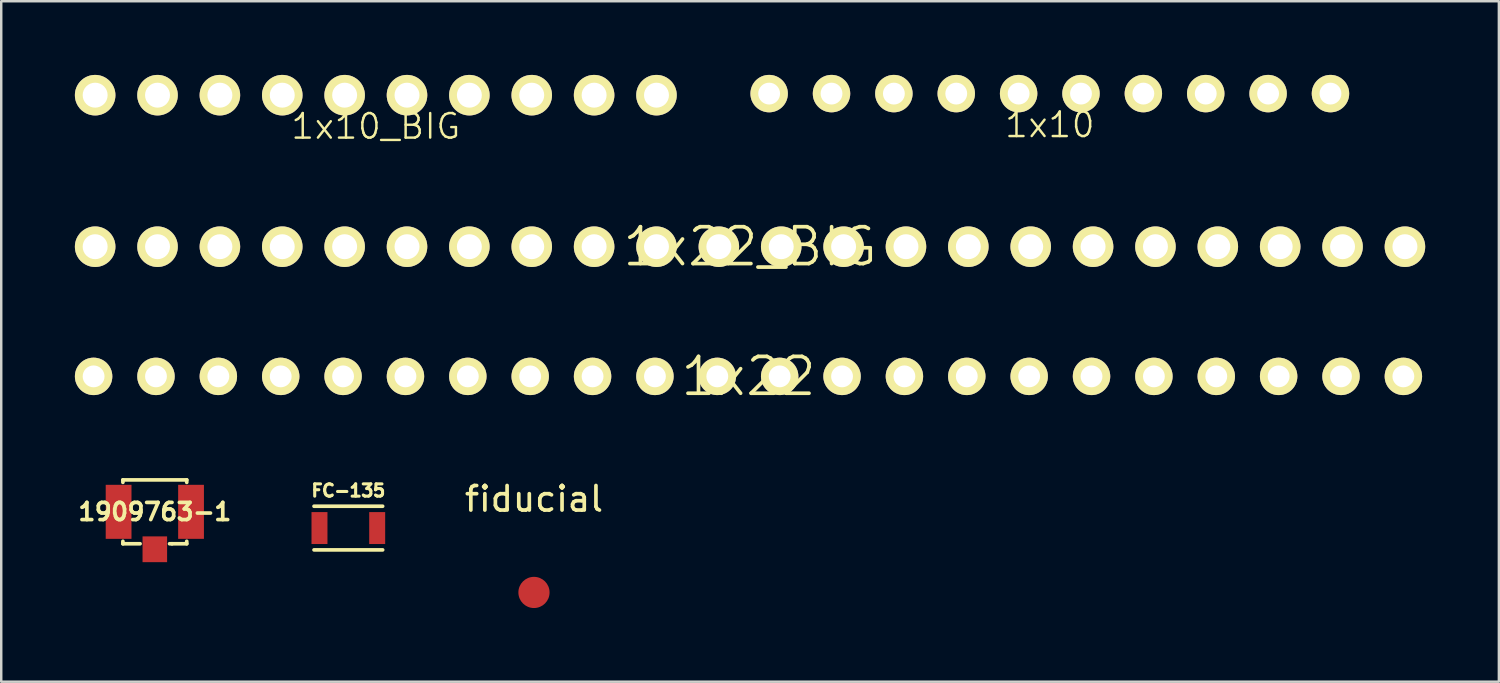
<source format=kicad_pcb>
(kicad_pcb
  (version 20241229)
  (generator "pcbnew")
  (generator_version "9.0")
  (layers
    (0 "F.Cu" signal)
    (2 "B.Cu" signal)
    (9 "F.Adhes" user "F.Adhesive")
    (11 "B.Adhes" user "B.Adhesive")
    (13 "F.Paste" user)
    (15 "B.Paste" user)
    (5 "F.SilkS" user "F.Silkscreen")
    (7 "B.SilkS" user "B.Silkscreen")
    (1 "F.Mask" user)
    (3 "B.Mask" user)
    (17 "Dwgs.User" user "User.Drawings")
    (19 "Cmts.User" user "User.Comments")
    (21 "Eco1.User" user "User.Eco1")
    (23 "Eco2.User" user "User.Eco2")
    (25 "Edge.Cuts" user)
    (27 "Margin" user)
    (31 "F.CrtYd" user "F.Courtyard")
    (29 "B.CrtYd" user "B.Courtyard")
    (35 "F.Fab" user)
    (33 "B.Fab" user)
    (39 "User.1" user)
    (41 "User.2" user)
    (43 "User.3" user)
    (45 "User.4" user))
  (footprint "fiducial"
    (layer "F.Cu")
    (at 18.696 21.077)
    (property "Reference" "fiducial" (at 0 -3.81 0) (layer "F.SilkS") (effects (font (size 1 1) (thickness 0.15))))
    (attr through_hole)
    (pad "1" smd circle (at 0 0) (size 1.27 1.27) (layers "F.Cu" "F.Mask" "F.Paste")))
  (footprint "1x10_BIG"
    (layer "F.Cu")
    (at 12.255 0.826)
    (property "Reference" "1x10_BIG" (at 0 1.27 0) (layer "F.SilkS") (effects (font (size 1 1) (thickness 0.1))))
    (attr through_hole)
    (pad "1" thru_hole circle (at -11.43 0) (size 1.651 1.651) (drill 1.016) (layers "*.Cu" "*.Mask" "F.SilkS"))
    (pad "2" thru_hole circle (at -8.89 0) (size 1.651 1.651) (drill 1.016) (layers "*.Cu" "*.Mask" "F.SilkS"))
    (pad "3" thru_hole circle (at -6.35 0) (size 1.651 1.651) (drill 1.016) (layers "*.Cu" "*.Mask" "F.SilkS"))
    (pad "4" thru_hole circle (at -3.81 0) (size 1.651 1.651) (drill 1.016) (layers "*.Cu" "*.Mask" "F.SilkS"))
    (pad "5" thru_hole circle (at -1.27 0) (size 1.651 1.651) (drill 1.016) (layers "*.Cu" "*.Mask" "F.SilkS"))
    (pad "6" thru_hole circle (at 1.27 0) (size 1.651 1.651) (drill 1.016) (layers "*.Cu" "*.Mask" "F.SilkS"))
    (pad "7" thru_hole circle (at 3.81 0) (size 1.651 1.651) (drill 1.016) (layers "*.Cu" "*.Mask" "F.SilkS"))
    (pad "8" thru_hole circle (at 6.35 0) (size 1.651 1.651) (drill 1.016) (layers "*.Cu" "*.Mask" "F.SilkS"))
    (pad "9" thru_hole circle (at 8.89 0) (size 1.651 1.651) (drill 1.016) (layers "*.Cu" "*.Mask" "F.SilkS"))
    (pad "10" thru_hole circle (at 11.43 0) (size 1.651 1.651) (drill 1.016) (layers "*.Cu" "*.Mask" "F.SilkS")))
  (footprint "FC-135"
    (layer "F.Cu")
    (at 11.136 18.455)
    (property "Reference" "FC-135" (at 0 -1.524 0) (layer "F.SilkS") (effects (font (size 0.5 0.5) (thickness 0.125))))
    (attr through_hole)
    (fp_line (start -1.397 -0.889) (end 1.397 -0.889) (stroke (width 0.15) (type solid)) (layer "F.SilkS"))
    (fp_line (start -1.397 0.889) (end 1.397 0.889) (stroke (width 0.15) (type solid)) (layer "F.SilkS"))
    (pad "1" smd rect (at 1.175 0) (size 0.65 1.3) (layers "F.Cu" "F.Mask" "F.Paste"))
    (pad "2" smd rect (at -1.175 0) (size 0.65 1.3) (layers "F.Cu" "F.Mask" "F.Paste")))
  (footprint "1x22_BIG"
    (layer "F.Cu")
    (at 27.495 6.997)
    (property "Reference" "1x22_BIG" (at 0 0 0) (layer "F.SilkS") (effects (font (size 1.5 1.5) (thickness 0.15))))
    (attr through_hole)
    (pad "1" thru_hole circle (at -26.67 0) (size 1.651 1.651) (drill 1.016) (layers "*.Cu" "*.Mask" "F.SilkS"))
    (pad "2" thru_hole circle (at -24.13 0) (size 1.651 1.651) (drill 1.016) (layers "*.Cu" "*.Mask" "F.SilkS"))
    (pad "3" thru_hole circle (at -21.59 0) (size 1.651 1.651) (drill 1.016) (layers "*.Cu" "*.Mask" "F.SilkS"))
    (pad "4" thru_hole circle (at -19.05 0) (size 1.651 1.651) (drill 1.016) (layers "*.Cu" "*.Mask" "F.SilkS"))
    (pad "5" thru_hole circle (at -16.51 0) (size 1.651 1.651) (drill 1.016) (layers "*.Cu" "*.Mask" "F.SilkS"))
    (pad "6" thru_hole circle (at -13.97 0) (size 1.651 1.651) (drill 1.016) (layers "*.Cu" "*.Mask" "F.SilkS"))
    (pad "7" thru_hole circle (at -11.43 0) (size 1.651 1.651) (drill 1.016) (layers "*.Cu" "*.Mask" "F.SilkS"))
    (pad "8" thru_hole circle (at -8.89 0) (size 1.651 1.651) (drill 1.016) (layers "*.Cu" "*.Mask" "F.SilkS"))
    (pad "9" thru_hole circle (at -6.35 0) (size 1.651 1.651) (drill 1.016) (layers "*.Cu" "*.Mask" "F.SilkS"))
    (pad "10" thru_hole circle (at -3.81 0) (size 1.651 1.651) (drill 1.016) (layers "*.Cu" "*.Mask" "F.SilkS"))
    (pad "11" thru_hole circle (at -1.27 0) (size 1.651 1.651) (drill 1.016) (layers "*.Cu" "*.Mask" "F.SilkS"))
    (pad "12" thru_hole circle (at 1.27 0) (size 1.651 1.651) (drill 1.016) (layers "*.Cu" "*.Mask" "F.SilkS"))
    (pad "13" thru_hole circle (at 3.81 0) (size 1.651 1.651) (drill 1.016) (layers "*.Cu" "*.Mask" "F.SilkS"))
    (pad "14" thru_hole circle (at 6.35 0) (size 1.651 1.651) (drill 1.016) (layers "*.Cu" "*.Mask" "F.SilkS"))
    (pad "15" thru_hole circle (at 8.89 0) (size 1.651 1.651) (drill 1.016) (layers "*.Cu" "*.Mask" "F.SilkS"))
    (pad "16" thru_hole circle (at 11.43 0) (size 1.651 1.651) (drill 1.016) (layers "*.Cu" "*.Mask" "F.SilkS"))
    (pad "17" thru_hole circle (at 13.97 0) (size 1.651 1.651) (drill 1.016) (layers "*.Cu" "*.Mask" "F.SilkS"))
    (pad "18" thru_hole circle (at 16.51 0) (size 1.651 1.651) (drill 1.016) (layers "*.Cu" "*.Mask" "F.SilkS"))
    (pad "19" thru_hole circle (at 19.05 0) (size 1.651 1.651) (drill 1.016) (layers "*.Cu" "*.Mask" "F.SilkS"))
    (pad "20" thru_hole circle (at 21.59 0) (size 1.651 1.651) (drill 1.016) (layers "*.Cu" "*.Mask" "F.SilkS"))
    (pad "21" thru_hole circle (at 24.13 0) (size 1.651 1.651) (drill 1.016) (layers "*.Cu" "*.Mask" "F.SilkS"))
    (pad "22" thru_hole circle (at 26.67 0) (size 1.651 1.651) (drill 1.016) (layers "*.Cu" "*.Mask" "F.SilkS")))
  (footprint "1x10"
    (layer "F.Cu")
    (at 39.703 0.762)
    (property "Reference" "1x10" (at 0 1.27 0) (layer "F.SilkS") (effects (font (size 1 1) (thickness 0.1))))
    (attr through_hole)
    (pad "1" thru_hole circle (at -11.43 0) (size 1.524 1.524) (drill 0.889) (layers "*.Cu" "*.Mask" "F.SilkS"))
    (pad "2" thru_hole circle (at -8.89 0) (size 1.524 1.524) (drill 0.889) (layers "*.Cu" "*.Mask" "F.SilkS"))
    (pad "3" thru_hole circle (at -6.35 0) (size 1.524 1.524) (drill 0.889) (layers "*.Cu" "*.Mask" "F.SilkS"))
    (pad "4" thru_hole circle (at -3.81 0) (size 1.524 1.524) (drill 0.889) (layers "*.Cu" "*.Mask" "F.SilkS"))
    (pad "5" thru_hole circle (at -1.27 0) (size 1.524 1.524) (drill 0.889) (layers "*.Cu" "*.Mask" "F.SilkS"))
    (pad "6" thru_hole circle (at 1.27 0) (size 1.524 1.524) (drill 0.889) (layers "*.Cu" "*.Mask" "F.SilkS"))
    (pad "7" thru_hole circle (at 3.81 0) (size 1.524 1.524) (drill 0.889) (layers "*.Cu" "*.Mask" "F.SilkS"))
    (pad "8" thru_hole circle (at 6.35 0) (size 1.524 1.524) (drill 0.889) (layers "*.Cu" "*.Mask" "F.SilkS"))
    (pad "9" thru_hole circle (at 8.89 0) (size 1.524 1.524) (drill 0.889) (layers "*.Cu" "*.Mask" "F.SilkS"))
    (pad "10" thru_hole circle (at 11.43 0) (size 1.524 1.524) (drill 0.889) (layers "*.Cu" "*.Mask" "F.SilkS")))
  (footprint "1x22"
    (layer "F.Cu")
    (at 27.432 12.278)
    (property "Reference" "1x22" (at 0 0 0) (layer "F.SilkS") (effects (font (size 1.5 1.5) (thickness 0.15))))
    (attr through_hole)
    (pad "1" thru_hole circle (at -26.67 0) (size 1.524 1.524) (drill 0.889) (layers "*.Cu" "*.Mask" "F.SilkS"))
    (pad "2" thru_hole circle (at -24.13 0) (size 1.524 1.524) (drill 0.889) (layers "*.Cu" "*.Mask" "F.SilkS"))
    (pad "3" thru_hole circle (at -21.59 0) (size 1.524 1.524) (drill 0.889) (layers "*.Cu" "*.Mask" "F.SilkS"))
    (pad "4" thru_hole circle (at -19.05 0) (size 1.524 1.524) (drill 0.889) (layers "*.Cu" "*.Mask" "F.SilkS"))
    (pad "5" thru_hole circle (at -16.51 0) (size 1.524 1.524) (drill 0.889) (layers "*.Cu" "*.Mask" "F.SilkS"))
    (pad "6" thru_hole circle (at -13.97 0) (size 1.524 1.524) (drill 0.889) (layers "*.Cu" "*.Mask" "F.SilkS"))
    (pad "7" thru_hole circle (at -11.43 0) (size 1.524 1.524) (drill 0.889) (layers "*.Cu" "*.Mask" "F.SilkS"))
    (pad "8" thru_hole circle (at -8.89 0) (size 1.524 1.524) (drill 0.889) (layers "*.Cu" "*.Mask" "F.SilkS"))
    (pad "9" thru_hole circle (at -6.35 0) (size 1.524 1.524) (drill 0.889) (layers "*.Cu" "*.Mask" "F.SilkS"))
    (pad "10" thru_hole circle (at -3.81 0) (size 1.524 1.524) (drill 0.889) (layers "*.Cu" "*.Mask" "F.SilkS"))
    (pad "11" thru_hole circle (at -1.27 0) (size 1.524 1.524) (drill 0.889) (layers "*.Cu" "*.Mask" "F.SilkS"))
    (pad "12" thru_hole circle (at 1.27 0) (size 1.524 1.524) (drill 0.889) (layers "*.Cu" "*.Mask" "F.SilkS"))
    (pad "13" thru_hole circle (at 3.81 0) (size 1.524 1.524) (drill 0.889) (layers "*.Cu" "*.Mask" "F.SilkS"))
    (pad "14" thru_hole circle (at 6.35 0) (size 1.524 1.524) (drill 0.889) (layers "*.Cu" "*.Mask" "F.SilkS"))
    (pad "15" thru_hole circle (at 8.89 0) (size 1.524 1.524) (drill 0.889) (layers "*.Cu" "*.Mask" "F.SilkS"))
    (pad "16" thru_hole circle (at 11.43 0) (size 1.524 1.524) (drill 0.889) (layers "*.Cu" "*.Mask" "F.SilkS"))
    (pad "17" thru_hole circle (at 13.97 0) (size 1.524 1.524) (drill 0.889) (layers "*.Cu" "*.Mask" "F.SilkS"))
    (pad "18" thru_hole circle (at 16.51 0) (size 1.524 1.524) (drill 0.889) (layers "*.Cu" "*.Mask" "F.SilkS"))
    (pad "19" thru_hole circle (at 19.05 0) (size 1.524 1.524) (drill 0.889) (layers "*.Cu" "*.Mask" "F.SilkS"))
    (pad "20" thru_hole circle (at 21.59 0) (size 1.524 1.524) (drill 0.889) (layers "*.Cu" "*.Mask" "F.SilkS"))
    (pad "21" thru_hole circle (at 24.13 0) (size 1.524 1.524) (drill 0.889) (layers "*.Cu" "*.Mask" "F.SilkS"))
    (pad "22" thru_hole circle (at 26.67 0) (size 1.524 1.524) (drill 0.889) (layers "*.Cu" "*.Mask" "F.SilkS")))
  (footprint "1909763-1"
    (layer "F.Cu")
    (at 3.255 17.794)
    (property "Reference" "1909763-1" (at 0 0 0) (layer "F.SilkS") (effects (font (size 0.7 0.7) (thickness 0.15))))
    (attr through_hole)
    (fp_line (start -1.3 -1.2) (end -1.3 -1.3) (stroke (width 0.15) (type solid)) (layer "F.SilkS"))
    (fp_line (start -1.3 1.3) (end -1.3 1.2) (stroke (width 0.15) (type solid)) (layer "F.SilkS"))
    (fp_line (start -0.6 1.3) (end -1.3 1.3) (stroke (width 0.15) (type solid)) (layer "F.SilkS"))
    (fp_line (start 0.6 1.3) (end 0.7 1.3) (stroke (width 0.15) (type solid)) (layer "F.SilkS"))
    (fp_line (start 1.3 -1.3) (end -1.3 -1.3) (stroke (width 0.15) (type solid)) (layer "F.SilkS"))
    (fp_line (start 1.3 -1.2) (end 1.3 -1.3) (stroke (width 0.15) (type solid)) (layer "F.SilkS"))
    (fp_line (start 1.3 1.2) (end 1.3 1.3) (stroke (width 0.15) (type solid)) (layer "F.SilkS"))
    (fp_line (start 1.3 1.3) (end 0.7 1.3) (stroke (width 0.15) (type solid)) (layer "F.SilkS"))
    (pad "1" smd rect (at 0 1.525) (size 1 1.05) (layers "F.Cu" "F.Mask" "F.Paste"))
    (pad "2" smd rect (at 1.475 0) (size 1.05 2.2) (layers "F.Cu" "F.Mask" "F.Paste"))
    (pad "3" smd rect (at -1.475 0) (size 1.05 2.2) (layers "F.Cu" "F.Mask" "F.Paste")))
  (gr_rect
    (start -3 -3)
    (end 57.991 24.712)
    (stroke (width 0.1) (type default))
    (fill no)
    (layer "Edge.Cuts")))
</source>
